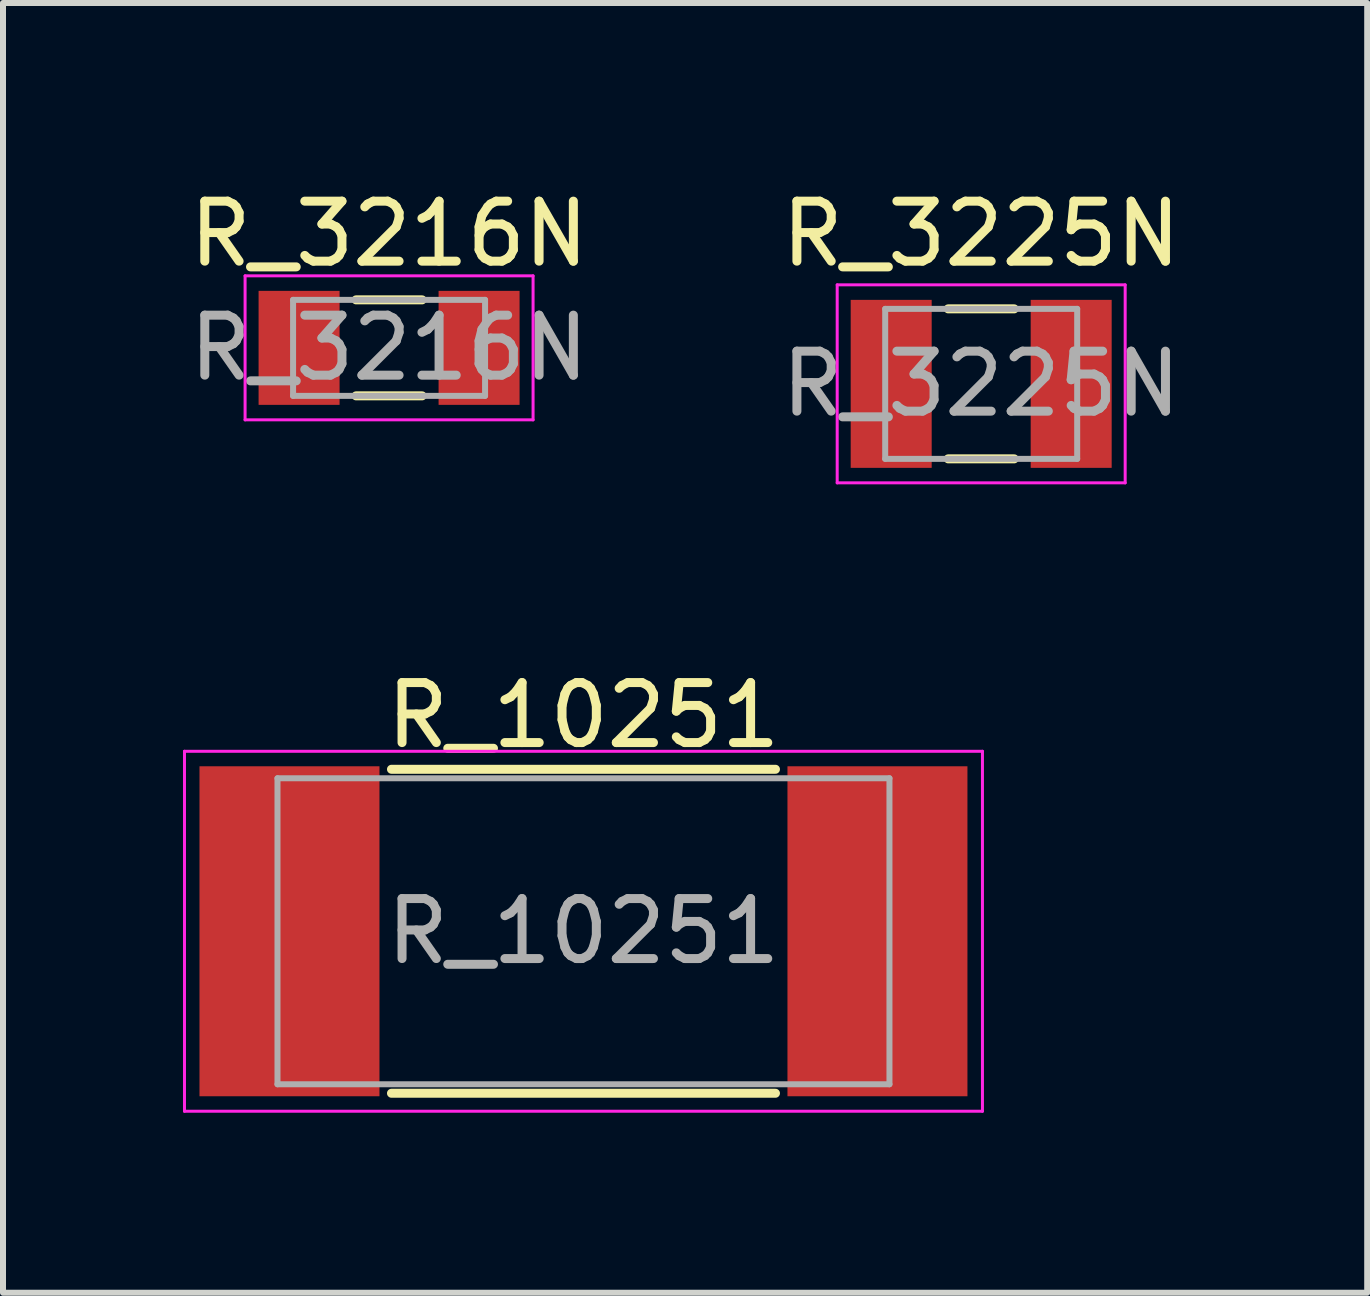
<source format=kicad_pcb>
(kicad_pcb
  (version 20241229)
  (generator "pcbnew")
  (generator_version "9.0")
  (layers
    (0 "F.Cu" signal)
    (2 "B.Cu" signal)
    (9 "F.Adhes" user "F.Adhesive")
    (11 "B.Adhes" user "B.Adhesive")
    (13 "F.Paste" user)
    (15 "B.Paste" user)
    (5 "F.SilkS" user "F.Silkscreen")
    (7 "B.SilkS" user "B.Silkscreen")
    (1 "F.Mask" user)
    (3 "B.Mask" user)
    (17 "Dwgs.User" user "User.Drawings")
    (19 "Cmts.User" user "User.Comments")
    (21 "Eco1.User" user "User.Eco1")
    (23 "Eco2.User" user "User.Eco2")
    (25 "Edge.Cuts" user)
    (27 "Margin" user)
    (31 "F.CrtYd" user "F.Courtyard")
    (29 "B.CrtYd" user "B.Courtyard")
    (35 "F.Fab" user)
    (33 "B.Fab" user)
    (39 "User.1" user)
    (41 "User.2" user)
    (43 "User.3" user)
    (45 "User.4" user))
  (footprint "R_3216N"
    (layer "F.Cu")
    (at 3.435 2.748)
    (property "Reference" "R_3216N" (at 0 -1.9 0) (layer "F.SilkS") (effects (font (size 1 1) (thickness 0.15))))
    (attr smd)
    (fp_line (start -0.55 -0.8) (end 0.55 -0.8) (stroke (width 0.15) (type solid)) (layer "F.SilkS"))
    (fp_line (start -0.55 0.8) (end 0.55 0.8) (stroke (width 0.15) (type solid)) (layer "F.SilkS"))
    (fp_line (start -2.4 -1.2) (end -2.4 1.2) (stroke (width 0.05) (type solid)) (layer "F.CrtYd"))
    (fp_line (start -2.4 -1.2) (end 2.4 -1.2) (stroke (width 0.05) (type solid)) (layer "F.CrtYd"))
    (fp_line (start -2.4 1.2) (end 2.4 1.2) (stroke (width 0.05) (type solid)) (layer "F.CrtYd"))
    (fp_line (start 2.4 -1.2) (end 2.4 1.2) (stroke (width 0.05) (type solid)) (layer "F.CrtYd"))
    (fp_line (start -1.6 -0.8) (end 1.6 -0.8) (stroke (width 0.1) (type solid)) (layer "F.Fab"))
    (fp_line (start -1.6 0.8) (end -1.6 -0.8) (stroke (width 0.1) (type solid)) (layer "F.Fab"))
    (fp_line (start 1.6 -0.8) (end 1.6 0.8) (stroke (width 0.1) (type solid)) (layer "F.Fab"))
    (fp_line (start 1.6 0.8) (end -1.6 0.8) (stroke (width 0.1) (type solid)) (layer "F.Fab"))
    (fp_text user "${REFERENCE}" (at 0 0 0) (layer "F.Fab") (effects (font (size 1 1) (thickness 0.15))))
    (pad "1" smd rect (at -1.5 0) (size 1.35 1.9) (layers "F.Cu" "F.Mask" "F.Paste"))
    (pad "2" smd rect (at 1.5 0) (size 1.35 1.9) (layers "F.Cu" "F.Mask" "F.Paste")))
  (footprint "R_3225N"
    (layer "F.Cu")
    (at 13.304 3.348)
    (property "Reference" "R_3225N" (at 0 -2.5 0) (layer "F.SilkS") (effects (font (size 1 1) (thickness 0.15))))
    (attr smd)
    (fp_line (start -0.55 -1.25) (end 0.55 -1.25) (stroke (width 0.15) (type solid)) (layer "F.SilkS"))
    (fp_line (start -0.55 1.25) (end 0.55 1.25) (stroke (width 0.15) (type solid)) (layer "F.SilkS"))
    (fp_line (start -2.4 -1.65) (end -2.4 1.65) (stroke (width 0.05) (type solid)) (layer "F.CrtYd"))
    (fp_line (start -2.4 -1.65) (end 2.4 -1.65) (stroke (width 0.05) (type solid)) (layer "F.CrtYd"))
    (fp_line (start -2.4 1.65) (end 2.4 1.65) (stroke (width 0.05) (type solid)) (layer "F.CrtYd"))
    (fp_line (start 2.4 -1.65) (end 2.4 1.65) (stroke (width 0.05) (type solid)) (layer "F.CrtYd"))
    (fp_line (start -1.6 -1.25) (end 1.6 -1.25) (stroke (width 0.1) (type solid)) (layer "F.Fab"))
    (fp_line (start -1.6 1.25) (end -1.6 -1.25) (stroke (width 0.1) (type solid)) (layer "F.Fab"))
    (fp_line (start 1.6 -1.25) (end 1.6 1.25) (stroke (width 0.1) (type solid)) (layer "F.Fab"))
    (fp_line (start 1.6 1.25) (end -1.6 1.25) (stroke (width 0.1) (type solid)) (layer "F.Fab"))
    (fp_text user "${REFERENCE}" (at 0 0 0) (layer "F.Fab") (effects (font (size 1 1) (thickness 0.15))))
    (pad "1" smd rect (at -1.5 0) (size 1.35 2.8) (layers "F.Cu" "F.Mask" "F.Paste"))
    (pad "2" smd rect (at 1.5 0) (size 1.35 2.8) (layers "F.Cu" "F.Mask" "F.Paste")))
  (footprint "R_10251"
    (layer "F.Cu")
    (at 6.675 12.472)
    (property "Reference" "R_10251" (at 0 -3.6 0) (layer "F.SilkS") (effects (font (size 1 1) (thickness 0.15))))
    (attr smd)
    (fp_line (start -3.2 -2.7) (end 3.2 -2.7) (stroke (width 0.15) (type solid)) (layer "F.SilkS"))
    (fp_line (start -3.2 2.7) (end 3.2 2.7) (stroke (width 0.15) (type solid)) (layer "F.SilkS"))
    (fp_line (start -6.65 -3) (end -6.65 3) (stroke (width 0.05) (type solid)) (layer "F.CrtYd"))
    (fp_line (start -6.65 -3) (end 6.65 -3) (stroke (width 0.05) (type solid)) (layer "F.CrtYd"))
    (fp_line (start -6.65 3) (end 6.65 3) (stroke (width 0.05) (type solid)) (layer "F.CrtYd"))
    (fp_line (start 6.65 -3) (end 6.65 3) (stroke (width 0.05) (type solid)) (layer "F.CrtYd"))
    (fp_line (start -5.1 -2.55) (end -5.1 2.55) (stroke (width 0.1) (type solid)) (layer "F.Fab"))
    (fp_line (start -5.1 -2.55) (end 5.1 -2.55) (stroke (width 0.1) (type solid)) (layer "F.Fab"))
    (fp_line (start 5.1 -2.55) (end 5.1 2.55) (stroke (width 0.1) (type solid)) (layer "F.Fab"))
    (fp_line (start 5.1 2.55) (end -5.1 2.55) (stroke (width 0.1) (type solid)) (layer "F.Fab"))
    (fp_text user "${REFERENCE}" (at 0 0 0) (layer "F.Fab") (effects (font (size 1 1) (thickness 0.15))))
    (pad "1" smd rect (at -4.9 0) (size 3 5.5) (layers "F.Cu" "F.Mask" "F.Paste"))
    (pad "2" smd rect (at 4.9 0) (size 3 5.5) (layers "F.Cu" "F.Mask" "F.Paste")))
  (gr_rect
    (start -3 -3)
    (end 19.738 18.497)
    (stroke (width 0.1) (type default))
    (fill no)
    (layer "Edge.Cuts")))
</source>
